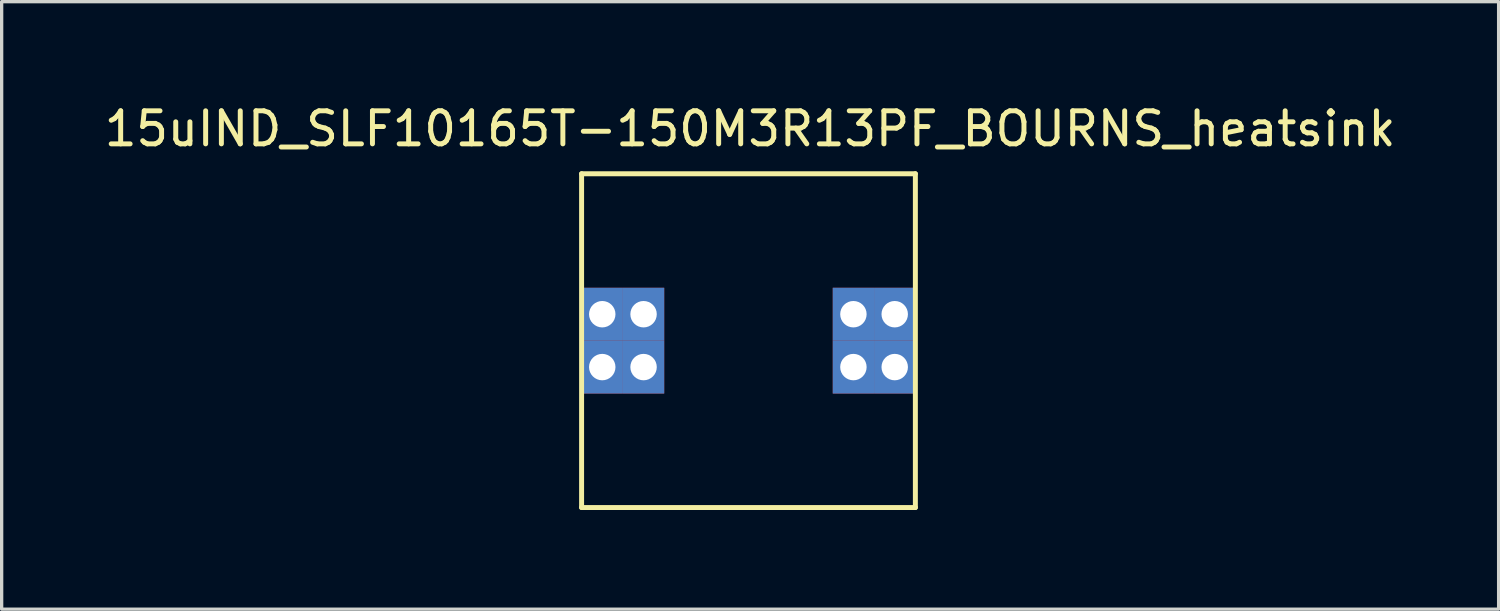
<source format=kicad_pcb>
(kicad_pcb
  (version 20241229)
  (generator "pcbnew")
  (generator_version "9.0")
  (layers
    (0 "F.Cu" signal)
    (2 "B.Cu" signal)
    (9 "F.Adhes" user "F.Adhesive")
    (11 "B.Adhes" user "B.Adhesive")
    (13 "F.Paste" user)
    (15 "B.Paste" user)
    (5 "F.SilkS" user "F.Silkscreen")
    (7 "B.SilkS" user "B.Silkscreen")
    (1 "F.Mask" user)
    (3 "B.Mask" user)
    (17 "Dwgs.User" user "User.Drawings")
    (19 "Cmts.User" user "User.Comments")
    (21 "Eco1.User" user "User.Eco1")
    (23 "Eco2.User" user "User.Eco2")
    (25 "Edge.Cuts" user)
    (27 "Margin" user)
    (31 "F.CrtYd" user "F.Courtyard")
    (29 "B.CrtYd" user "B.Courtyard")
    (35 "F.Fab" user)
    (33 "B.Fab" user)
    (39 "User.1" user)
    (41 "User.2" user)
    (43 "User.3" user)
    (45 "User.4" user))
  (footprint "15uIND_SLF10165T-150M3R13PF_BOURNS_heatsink"
    (layer "F.Cu")
    (at 19.599 7.258)
    (property "Reference" "15uIND_SLF10165T-150M3R13PF_BOURNS_heatsink" (at 0.05 -6.41 0) (layer "F.SilkS") (effects (font (size 1 1) (thickness 0.15))))
    (attr through_hole)
    (fp_line (start -5.05 -5.05) (end 5.05 -5.05) (stroke (width 0.15) (type solid)) (layer "F.SilkS"))
    (fp_line (start -5.05 5.05) (end -5.05 -5.05) (stroke (width 0.15) (type solid)) (layer "F.SilkS"))
    (fp_line (start -5.05 5.05) (end 5.05 5.05) (stroke (width 0.15) (type solid)) (layer "F.SilkS"))
    (fp_line (start 5.05 -5.05) (end 5.05 5.05) (stroke (width 0.15) (type solid)) (layer "F.SilkS"))
    (pad "1" thru_hole rect (at -4.425 -0.8) (size 1.25 1.6) (drill 0.8) (layers "*.Cu" "*.Mask"))
    (pad "1" thru_hole rect (at -4.425 0.8) (size 1.25 1.6) (drill 0.8) (layers "*.Cu" "*.Mask"))
    (pad "1" thru_hole rect (at -3.175 -0.8) (size 1.25 1.6) (drill 0.8) (layers "*.Cu" "*.Mask"))
    (pad "1" thru_hole rect (at -3.175 0.8) (size 1.25 1.6) (drill 0.8) (layers "*.Cu" "*.Mask"))
    (pad "2" thru_hole rect (at 3.175 -0.8) (size 1.25 1.6) (drill 0.8) (layers "*.Cu" "*.Mask"))
    (pad "2" thru_hole rect (at 3.175 0.8) (size 1.25 1.6) (drill 0.8) (layers "*.Cu" "*.Mask"))
    (pad "2" thru_hole rect (at 4.425 -0.8) (size 1.25 1.6) (drill 0.8) (layers "*.Cu" "*.Mask"))
    (pad "2" thru_hole rect (at 4.425 0.8) (size 1.25 1.6) (drill 0.8) (layers "*.Cu" "*.Mask")))
  (gr_rect
    (start -3 -3)
    (end 42.298 15.383)
    (stroke (width 0.1) (type default))
    (fill no)
    (layer "Edge.Cuts")))
</source>
